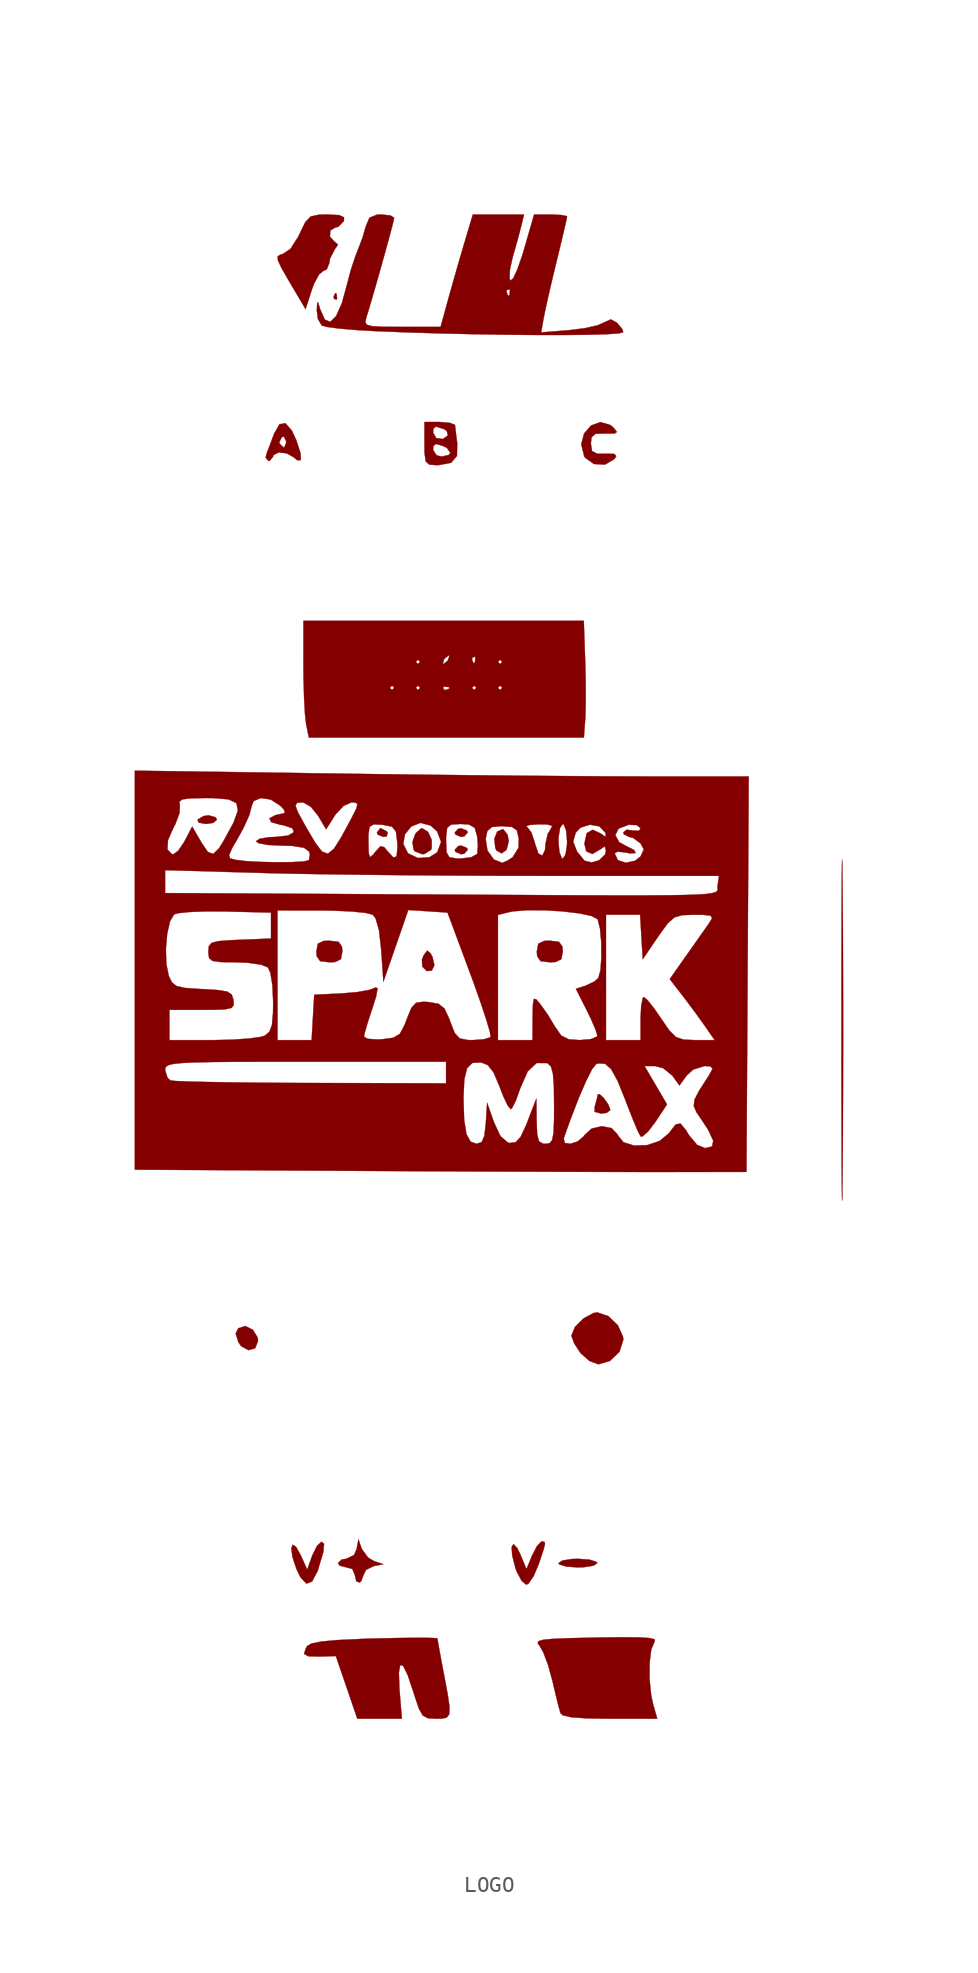
<source format=kicad_sym>
(kicad_symbol_lib
  (version 20210619)
  (generator bitmap2component)
  (symbol "LOGO"
    (pin_names
      (offset 1.016))
    (property "Reference" "#G"
      (at 0 46.382 0)
      (effects (font (size 1.27 1.27)) hide))
    (symbol "LOGO_0_0"
      (polyline (pts (xy -4.26 -45.22) (xy -4.268 -45.119) (xy -4.301 -44.127) (xy -4.22 -43.66) (xy -4.033 -43.714) (xy -3.751 -44.289) (xy -3.382 -45.383) (xy -3.323 -45.576) (xy -3.052 -46.386) (xy -2.807 -46.816) (xy -2.485 -46.987) (xy -1.984 -47.017) (xy -1.647 -47.014) (xy -1.316 -46.951) (xy -1.151 -46.735) (xy -1.136 -46.271) (xy -1.253 -45.466) (xy -1.486 -44.224) (xy -1.54 -43.944) (xy -1.719 -42.989) (xy -1.844 -42.296) (xy -1.891 -41.999) (xy -1.944 -41.983) (xy -2.41 -41.961) (xy -3.278 -41.957) (xy -4.456 -41.971) (xy -5.848 -42.002) (xy -6.654 -42.028) (xy -8.132 -42.098) (xy -9.15 -42.191) (xy -9.765 -42.313) (xy -10.033 -42.47) (xy -10.113 -42.602) (xy -10.23 -42.96) (xy -9.97 -43.113) (xy -9.255 -43.13) (xy -8.242 -43.099) (xy -7.57 -45.058) (xy -6.898 -47.017) (xy -4.115 -47.017) (xy -4.26 -45.22)) (stroke (width 0.01)) (fill (type outline)))
      (polyline (pts (xy 11.6 -46.141) (xy 11.475 -45.57) (xy 11.37 -44.552) (xy 11.371 -43.532) (xy 11.476 -42.689) (xy 11.681 -42.2) (xy 11.699 -42.18) (xy 11.691 -42.055) (xy 11.381 -41.974) (xy 10.712 -41.931) (xy 9.622 -41.922) (xy 8.052 -41.943) (xy 7.81 -41.948) (xy 6.347 -41.981) (xy 5.344 -42.022) (xy 4.729 -42.08) (xy 4.43 -42.166) (xy 4.376 -42.291) (xy 4.496 -42.464) (xy 4.727 -42.865) (xy 5.026 -43.66) (xy 5.292 -44.626) (xy 5.492 -45.476) (xy 5.686 -46.253) (xy 5.806 -46.679) (xy 5.952 -46.806) (xy 6.483 -46.927) (xy 7.444 -46.995) (xy 8.89 -47.017) (xy 11.852 -47.017) (xy 11.6 -46.141)) (stroke (width 0.01)) (fill (type outline)))
      (polyline (pts (xy -9.729 -38.441) (xy -9.381 -37.788) (xy -9.025 -36.602) (xy -8.976 -36.079) (xy -9.139 -35.954) (xy -9.419 -36.21) (xy -9.717 -36.816) (xy -10.03 -37.695) (xy -10.46 -36.749) (xy -10.735 -36.261) (xy -10.945 -36.135) (xy -11.024 -36.383) (xy -10.95 -36.922) (xy -10.702 -37.668) (xy -10.448 -38.187) (xy -10.08 -38.572) (xy -9.729 -38.441)) (stroke (width 0.01)) (fill (type outline)))
      (polyline (pts (xy -6.658 -38.42) (xy -6.485 -37.968) (xy -6.352 -37.711) (xy -5.877 -37.477) (xy -5.269 -37.358) (xy -5.852 -37.163) (xy -6.227 -36.941) (xy -6.63 -36.386) (xy -6.824 -35.803) (xy -6.944 -36.411) (xy -7.103 -36.783) (xy -7.585 -37.019) (xy -7.881 -37.067) (xy -8.106 -37.289) (xy -8.005 -37.446) (xy -7.566 -37.559) (xy -7.208 -37.654) (xy -7.026 -38.116) (xy -6.968 -38.423) (xy -6.755 -38.505) (xy -6.658 -38.42)) (stroke (width 0.01)) (fill (type outline)))
      (polyline (pts (xy 3.808 -38.563) (xy 4.122 -38.106) (xy 4.433 -37.376) (xy 4.508 -37.156) (xy 4.748 -36.436) (xy 4.836 -36.077) (xy 4.79 -35.952) (xy 4.626 -35.938) (xy 4.6 -35.943) (xy 4.333 -36.222) (xy 4.032 -36.801) (xy 3.675 -37.663) (xy 3.287 -36.733) (xy 3.089 -36.33) (xy 2.861 -36.101) (xy 2.75 -36.284) (xy 2.782 -36.806) (xy 2.983 -37.591) (xy 3.069 -37.827) (xy 3.378 -38.408) (xy 3.666 -38.64) (xy 3.808 -38.563)) (stroke (width 0.01)) (fill (type outline)))
      (polyline (pts (xy 7.254 -37.547) (xy 7.865 -37.45) (xy 8.106 -37.289) (xy 8.051 -37.209) (xy 7.616 -37.073) (xy 6.89 -37.019) (xy 6.527 -37.032) (xy 5.916 -37.128) (xy 5.675 -37.289) (xy 5.73 -37.37) (xy 6.165 -37.506) (xy 6.89 -37.559) (xy 7.254 -37.547)) (stroke (width 0.01)) (fill (type outline)))
      (polyline (pts (xy 8.892 -24.651) (xy 9.488 -24.082) (xy 9.728 -23.331) (xy 9.712 -23.15) (xy 9.393 -22.427) (xy 8.797 -21.852) (xy 8.106 -21.617) (xy 7.856 -21.658) (xy 7.232 -21.997) (xy 6.706 -22.528) (xy 6.485 -23.067) (xy 6.486 -23.083) (xy 6.657 -23.551) (xy 7.045 -24.148) (xy 7.064 -24.171) (xy 7.62 -24.658) (xy 8.172 -24.86) (xy 8.892 -24.651)) (stroke (width 0.01)) (fill (type outline)))
      (polyline (pts (xy -13.287 -23.861) (xy -13.105 -23.399) (xy -13.134 -23.181) (xy -13.431 -22.701) (xy -13.897 -22.468) (xy -14.339 -22.607) (xy -14.503 -22.936) (xy -14.328 -23.496) (xy -14.159 -23.731) (xy -13.702 -23.977) (xy -13.287 -23.861)) (stroke (width 0.01)) (fill (type outline)))
      (polyline (pts (xy 23.417 -14.482) (xy 23.428 -13.827) (xy 23.441 -12.652) (xy 23.456 -10.442) (xy 23.468 -7.471) (xy 23.472 -4.295) (xy 23.469 -1.096) (xy 23.459 1.944) (xy 23.441 4.642) (xy 23.431 5.649) (xy 23.419 6.432) (xy 23.408 6.709) (xy 23.398 6.499) (xy 23.389 5.821) (xy 23.381 4.695) (xy 23.374 3.138) (xy 23.37 1.171) (xy 23.367 -1.187) (xy 23.366 -3.918) (xy 23.366 -6.117) (xy 23.369 -8.562) (xy 23.373 -10.623) (xy 23.379 -12.281) (xy 23.387 -13.514) (xy 23.396 -14.306) (xy 23.406 -14.635) (xy 23.417 -14.482)) (stroke (width 0.01)) (fill (type outline)))
      (polyline (pts (xy 17.429 -12.835) (xy 17.499 -0.473) (xy 17.569 11.889) (xy 10.991 11.889) (xy 10.261 11.89) (xy 8.335 11.898) (xy 6.01 11.914) (xy 3.384 11.935) (xy 0.554 11.963) (xy -2.385 11.994) (xy -5.334 12.03) (xy -8.197 12.069) (xy -20.806 12.248) (xy -20.806 7.317) (xy -18.772 7.317) (xy -18.735 7.909) (xy -18.383 8.707) (xy -18.276 8.902) (xy -18.014 9.597) (xy -17.993 10.097) (xy -18.026 10.304) (xy -17.844 10.452) (xy -17.325 10.521) (xy -16.368 10.538) (xy -15.875 10.534) (xy -14.95 10.455) (xy -14.456 10.223) (xy -14.361 9.766) (xy -14.634 9.009) (xy -15.246 7.881) (xy -15.544 7.399) (xy -15.908 7.042) (xy -16.241 7.168) (xy -16.65 7.769) (xy -17.223 8.757) (xy -17.671 7.891) (xy -17.732 7.777) (xy -18.098 7.243) (xy -18.39 7.026) (xy -18.492 7.035) (xy -18.772 7.317) (xy -20.806 7.317) (xy -20.806 6.965) (xy -14.919 6.965) (xy -14.741 7.378) (xy -14.305 8.135) (xy -13.985 8.722) (xy -13.643 9.493) (xy -13.511 10.01) (xy -13.378 10.353) (xy -12.925 10.539) (xy -12.316 10.445) (xy -11.747 10.081) (xy -10.766 10.081) (xy -10.658 10.238) (xy -10.326 10.268) (xy -10.267 10.262) (xy -9.802 9.987) (xy -9.347 9.426) (xy -8.849 8.584) (xy -8.316 9.426) (xy -8.25 9.526) (xy -7.746 10.054) (xy -7.264 10.268) (xy -7.074 10.264) (xy -6.89 10.182) (xy -6.957 9.89) (xy -7.277 9.255) (xy -7.889 8.111) (xy -8.095 7.786) (xy -6.206 7.786) (xy -6.206 8.251) (xy -6.136 8.733) (xy -5.884 8.892) (xy -5.337 8.867) (xy -5.289 8.862) (xy -4.731 8.747) (xy -4.485 8.441) (xy -4.402 7.769) (xy -4.398 7.668) (xy -4.026 7.668) (xy -3.92 8.276) (xy -3.523 8.762) (xy -2.948 8.987) (xy -2.309 8.814) (xy -1.909 8.45) (xy -1.677 7.836) (xy -1.351 7.836) (xy -1.349 8.138) (xy -1.282 8.675) (xy -1.022 8.882) (xy -0.436 8.917) (xy 0.077 8.886) (xy 0.44 8.678) (xy 0.592 8.15) (xy 0.605 7.985) (xy 1.125 7.985) (xy 1.227 8.476) (xy 1.516 8.729) (xy 2.162 8.782) (xy 2.251 8.776) (xy 3.658 8.776) (xy 3.86 8.854) (xy 4.445 8.896) (xy 4.972 8.889) (xy 5.285 8.801) (xy 5.188 8.593) (xy 5.001 8.294) (xy 4.901 7.836) (xy 5.675 7.836) (xy 5.681 8.079) (xy 5.776 8.677) (xy 5.945 8.917) (xy 6.005 8.889) (xy 6.155 8.513) (xy 6.215 7.836) (xy 6.214 7.817) (xy 6.594 7.817) (xy 6.754 8.375) (xy 7.052 8.688) (xy 7.644 8.872) (xy 8.237 8.768) (xy 8.602 8.377) (xy 8.632 8.279) (xy 8.615 8.112) (xy 8.297 8.332) (xy 7.816 8.557) (xy 7.438 8.341) (xy 7.296 7.685) (xy 7.417 7.202) (xy 7.798 7.04) (xy 8.323 7.35) (xy 8.572 7.519) (xy 8.647 7.244) (xy 8.607 7.076) (xy 9.187 7.076) (xy 9.364 7.186) (xy 9.863 7.136) (xy 10.147 7.078) (xy 10.502 7.103) (xy 10.4 7.294) (xy 9.843 7.574) (xy 9.47 7.783) (xy 9.228 8.219) (xy 9.436 8.632) (xy 10.068 8.867) (xy 10.577 8.846) (xy 10.809 8.647) (xy 10.71 8.49) (xy 10.268 8.512) (xy 9.938 8.56) (xy 9.728 8.395) (xy 9.762 8.274) (xy 10.1 8.106) (xy 10.348 8.044) (xy 10.809 7.701) (xy 11.009 7.323) (xy 10.809 6.891) (xy 10.462 6.617) (xy 9.887 6.491) (xy 9.396 6.651) (xy 9.187 7.076) (xy 8.607 7.076) (xy 8.593 7.014) (xy 8.219 6.649) (xy 7.752 6.512) (xy 7.307 6.62) (xy 6.878 7.143) (xy 6.818 7.236) (xy 6.594 7.817) (xy 6.214 7.817) (xy 6.208 7.594) (xy 6.114 6.995) (xy 5.945 6.755) (xy 5.884 6.783) (xy 5.734 7.159) (xy 5.675 7.836) (xy 4.901 7.836) (xy 4.864 7.663) (xy 4.837 7.295) (xy 4.664 6.941) (xy 4.42 7.071) (xy 4.209 7.684) (xy 4.192 7.77) (xy 3.975 8.407) (xy 3.707 8.741) (xy 3.658 8.776) (xy 2.251 8.776) (xy 2.749 8.744) (xy 3.073 8.524) (xy 3.198 7.985) (xy 3.182 7.431) (xy 2.809 6.836) (xy 2.49 6.627) (xy 2.162 6.485) (xy 1.635 6.699) (xy 1.234 7.265) (xy 1.125 7.985) (xy 0.605 7.985) (xy 0.64 7.552) (xy 0.6 7.069) (xy 0.586 7.039) (xy 0.222 6.838) (xy -0.428 6.755) (xy -0.69 6.758) (xy -1.146 6.837) (xy -1.322 7.144) (xy -1.351 7.836) (xy -1.677 7.836) (xy -1.661 7.795) (xy -1.902 7.148) (xy -2.389 6.838) (xy -3.112 6.788) (xy -3.729 7.08) (xy -4.026 7.668) (xy -4.398 7.668) (xy -4.39 7.452) (xy -4.442 6.888) (xy -4.643 6.821) (xy -5.02 7.228) (xy -5.213 7.467) (xy -5.453 7.527) (xy -5.784 7.161) (xy -5.918 6.991) (xy -6.108 6.844) (xy -6.187 7.083) (xy -6.206 7.786) (xy -8.095 7.786) (xy -8.365 7.361) (xy -8.743 7.06) (xy -9.104 7.192) (xy -9.526 7.742) (xy -10.086 8.695) (xy -10.244 8.972) (xy -10.633 9.693) (xy -10.766 10.081) (xy -11.747 10.081) (xy -11.723 10.066) (xy -11.477 9.807) (xy -11.433 9.602) (xy -11.839 9.506) (xy -12.018 9.472) (xy -12.394 9.27) (xy -12.283 9.033) (xy -11.707 8.867) (xy -11.516 8.84) (xy -10.952 8.646) (xy -10.867 8.402) (xy -11.228 8.194) (xy -12.002 8.106) (xy -12.386 8.093) (xy -12.999 7.996) (xy -13.24 7.836) (xy -13.076 7.716) (xy -12.5 7.608) (xy -11.648 7.566) (xy -10.969 7.548) (xy -10.223 7.428) (xy -9.91 7.187) (xy -9.863 7.007) (xy -9.926 6.647) (xy -9.931 6.643) (xy -10.281 6.572) (xy -11.006 6.533) (xy -11.949 6.525) (xy -12.952 6.546) (xy -13.857 6.596) (xy -14.507 6.674) (xy -14.568 6.686) (xy -14.856 6.774) (xy -14.919 6.965) (xy -20.806 6.965) (xy -20.806 6.031) (xy -18.915 6.031) (xy -12.791 5.853) (xy -12.781 5.852) (xy -11.083 5.812) (xy -8.951 5.774) (xy -6.49 5.741) (xy -3.807 5.714) (xy -1.007 5.693) (xy 1.804 5.679) (xy 4.521 5.675) (xy 15.71 5.675) (xy 15.624 5.066) (xy 15.62 5.028) (xy 15.624 4.91) (xy 15.626 4.808) (xy 15.59 4.721) (xy 15.48 4.649) (xy 15.261 4.589) (xy 14.895 4.542) (xy 14.349 4.505) (xy 13.585 4.479) (xy 12.567 4.462) (xy 11.261 4.454) (xy 9.629 4.452) (xy 7.637 4.457) (xy 5.247 4.468) (xy 2.425 4.483) (xy -0.866 4.501) (xy -4.661 4.522) (xy -18.915 4.598) (xy -18.915 6.031) (xy -20.806 6.031) (xy -20.806 3.513) (xy -11.889 3.513) (xy -9.12 3.509) (xy -8.312 3.497) (xy -7.209 3.443) (xy -6.375 3.357) (xy -5.945 3.249) (xy -5.758 3.019) (xy -5.543 2.274) (xy -5.404 1.024) (xy -5.269 -0.946) (xy -4.491 1.297) (xy -3.713 3.54) (xy -2.486 3.459) (xy -1.259 3.378) (xy -1.205 3.232) (xy 1.891 3.232) (xy 2.562 3.401) (xy 2.851 3.456) (xy 3.744 3.526) (xy 4.825 3.521) (xy 5.948 3.451) (xy 6.967 3.329) (xy 7.376 3.243) (xy 8.647 3.243) (xy 10.78 3.243) (xy 10.862 1.851) (xy 10.944 0.459) (xy 11.889 1.85) (xy 12.005 2.02) (xy 12.511 2.712) (xy 12.923 3.076) (xy 13.413 3.218) (xy 14.152 3.242) (xy 14.711 3.237) (xy 15.184 3.185) (xy 15.28 3.031) (xy 15.097 2.719) (xy 14.798 2.296) (xy 14.278 1.558) (xy 13.679 0.708) (xy 12.631 -0.781) (xy 13.427 -1.809) (xy 13.61 -2.047) (xy 14.268 -2.929) (xy 14.831 -3.715) (xy 15.439 -4.594) (xy 14.202 -4.594) (xy 13.495 -4.564) (xy 13.023 -4.403) (xy 12.613 -4.001) (xy 12.094 -3.247) (xy 11.683 -2.65) (xy 11.256 -2.107) (xy 11.011 -1.896) (xy 10.938 -1.986) (xy 10.845 -2.473) (xy 10.809 -3.243) (xy 10.809 -4.594) (xy 8.647 -4.594) (xy 8.647 3.243) (xy 7.376 3.243) (xy 7.737 3.166) (xy 8.112 2.972) (xy 8.131 2.938) (xy 8.271 2.384) (xy 8.349 1.535) (xy 8.36 0.599) (xy 8.301 -0.218) (xy 8.17 -0.707) (xy 7.929 -0.926) (xy 7.367 -1.196) (xy 6.763 -1.385) (xy 7.435 -2.71) (xy 7.697 -3.251) (xy 7.992 -3.933) (xy 8.106 -4.314) (xy 8.076 -4.379) (xy 7.694 -4.532) (xy 7.013 -4.594) (xy 6.33 -4.548) (xy 5.846 -4.31) (xy 5.459 -3.753) (xy 4.999 -2.992) (xy 4.535 -2.335) (xy 4.287 -2.047) (xy 4.137 -2.015) (xy 4.077 -2.365) (xy 4.062 -3.175) (xy 4.053 -4.594) (xy 1.891 -4.594) (xy 1.891 3.232) (xy -1.205 3.232) (xy 0.148 -0.405) (xy 0.386 -1.053) (xy 0.833 -2.317) (xy 1.177 -3.357) (xy 1.388 -4.079) (xy 1.437 -4.391) (xy 1.406 -4.423) (xy 0.998 -4.544) (xy 0.314 -4.594) (xy 0.017 -4.589) (xy -0.494 -4.492) (xy -0.805 -4.158) (xy -1.089 -3.445) (xy -1.156 -3.256) (xy -1.449 -2.621) (xy -1.82 -2.326) (xy -2.439 -2.216) (xy -2.765 -2.195) (xy -3.228 -2.262) (xy -3.522 -2.586) (xy -3.814 -3.297) (xy -3.949 -3.656) (xy -4.242 -4.204) (xy -4.65 -4.448) (xy -5.36 -4.542) (xy -5.646 -4.555) (xy -6.246 -4.513) (xy -6.485 -4.381) (xy -6.428 -4.107) (xy -6.234 -3.445) (xy -5.949 -2.58) (xy -5.723 -1.863) (xy -5.63 -1.352) (xy -5.757 -1.307) (xy -6.123 -1.451) (xy -6.887 -1.59) (xy -7.846 -1.674) (xy -9.592 -1.756) (xy -9.756 -4.594) (xy -11.889 -4.594) (xy -11.889 3.513) (xy -20.806 3.513) (xy -20.806 1.112) (xy -18.866 1.112) (xy -18.783 2.063) (xy -18.606 2.843) (xy -18.35 3.268) (xy -18.102 3.339) (xy -17.381 3.414) (xy -16.347 3.452) (xy -15.132 3.446) (xy -12.295 3.378) (xy -12.295 1.756) (xy -14.254 1.677) (xy -14.788 1.654) (xy -15.584 1.594) (xy -16.011 1.483) (xy -16.181 1.278) (xy -16.213 0.934) (xy -16.212 0.866) (xy -16.164 0.533) (xy -15.947 0.355) (xy -15.437 0.283) (xy -14.51 0.27) (xy -13.731 0.239) (xy -12.923 0.123) (xy -12.484 -0.054) (xy -12.335 -0.386) (xy -12.207 -1.162) (xy -12.16 -2.206) (xy -12.169 -2.906) (xy -12.236 -3.649) (xy -12.396 -4.074) (xy -12.682 -4.314) (xy -12.922 -4.389) (xy -13.664 -4.494) (xy -14.713 -4.567) (xy -15.925 -4.594) (xy -18.645 -4.594) (xy -18.645 -2.702) (xy -16.599 -2.702) (xy -15.938 -2.7) (xy -15.167 -2.672) (xy -14.766 -2.584) (xy -14.627 -2.402) (xy -14.64 -2.094) (xy -14.645 -2.064) (xy -14.748 -1.75) (xy -15.019 -1.565) (xy -15.582 -1.465) (xy -16.562 -1.406) (xy -16.771 -1.397) (xy -17.673 -1.333) (xy -18.199 -1.214) (xy -18.488 -0.986) (xy -18.68 -0.595) (xy -18.686 -0.578) (xy -18.839 0.171) (xy -18.866 1.112) (xy -20.806 1.112) (xy -20.806 -6.463) (xy -18.915 -6.463) (xy -18.911 -6.385) (xy -18.859 -6.258) (xy -18.704 -6.158) (xy -18.391 -6.082) (xy -17.865 -6.027) (xy -17.072 -5.989) (xy -15.957 -5.965) (xy -14.465 -5.951) (xy -12.542 -5.946) (xy -10.133 -5.945) (xy -1.351 -5.945) (xy -1.351 -7.296) (xy -9.795 -7.274) (xy -10.788 -7.271) (xy -12.812 -7.258) (xy -14.636 -7.238) (xy -16.194 -7.213) (xy -17.415 -7.184) (xy -18.232 -7.151) (xy -18.577 -7.117) (xy -18.76 -6.959) (xy -18.915 -6.463) (xy -20.806 -6.463) (xy -20.806 -8.242) (xy -0.262 -8.242) (xy -0.262 -8.206) (xy -0.211 -7.049) (xy -0.035 -6.346) (xy 0.302 -6.019) (xy 0.839 -5.989) (xy 1.26 -6.156) (xy 1.622 -6.621) (xy 1.991 -7.498) (xy 2.218 -8.085) (xy 2.502 -8.685) (xy 2.688 -8.917) (xy 2.776 -8.842) (xy 3.007 -8.388) (xy 3.268 -7.66) (xy 3.283 -7.613) (xy 3.749 -6.556) (xy 4.31 -6.027) (xy 4.962 -6.028) (xy 5.001 -6.045) (xy 5.204 -6.245) (xy 5.327 -6.675) (xy 5.388 -7.438) (xy 5.404 -8.638) (xy 5.399 -9.609) (xy 5.365 -10.406) (xy 5.3 -10.741) (xy 6.003 -10.741) (xy 6.422 -9.565) (xy 6.94 -8.225) (xy 7.406 -7.142) (xy 7.782 -6.404) (xy 8.031 -6.094) (xy 8.168 -6.05) (xy 8.586 -6.07) (xy 8.967 -6.409) (xy 9.369 -7.134) (xy 9.847 -8.315) (xy 9.961 -8.618) (xy 10.334 -9.567) (xy 10.635 -10.278) (xy 10.809 -10.617) (xy 10.924 -10.619) (xy 11.274 -10.316) (xy 11.727 -9.721) (xy 12.461 -8.612) (xy 11.758 -7.413) (xy 11.056 -6.215) (xy 11.71 -6.215) (xy 12.23 -6.353) (xy 12.802 -6.823) (xy 13.24 -7.431) (xy 13.679 -6.823) (xy 14.093 -6.441) (xy 14.791 -6.215) (xy 15.168 -6.231) (xy 15.311 -6.383) (xy 15.069 -6.823) (xy 15.024 -6.892) (xy 14.473 -7.749) (xy 14.184 -8.305) (xy 14.135 -8.709) (xy 14.305 -9.108) (xy 14.675 -9.653) (xy 15.038 -10.209) (xy 15.349 -10.875) (xy 15.285 -11.239) (xy 14.849 -11.349) (xy 14.344 -11.143) (xy 13.836 -10.54) (xy 13.649 -10.223) (xy 13.305 -9.81) (xy 13.001 -9.866) (xy 12.61 -10.372) (xy 12.579 -10.417) (xy 11.998 -10.899) (xy 11.218 -11.159) (xy 10.408 -11.188) (xy 9.738 -10.979) (xy 9.375 -10.524) (xy 9.363 -10.483) (xy 8.995 -10.096) (xy 8.387 -9.977) (xy 7.75 -10.125) (xy 7.296 -10.538) (xy 7.255 -10.605) (xy 6.88 -10.927) (xy 6.423 -11.077) (xy 6.069 -11.024) (xy 6.003 -10.741) (xy 5.3 -10.741) (xy 5.28 -10.848) (xy 5.12 -11.038) (xy 4.864 -11.079) (xy 4.709 -11.069) (xy 4.46 -10.922) (xy 4.344 -10.496) (xy 4.309 -9.66) (xy 4.295 -8.242) (xy 3.744 -9.676) (xy 3.651 -9.915) (xy 3.309 -10.644) (xy 2.998 -10.98) (xy 2.631 -11.027) (xy 2.505 -10.995) (xy 2.049 -10.6) (xy 1.643 -9.728) (xy 1.216 -8.512) (xy 1.134 -9.795) (xy 1.047 -10.568) (xy 0.873 -10.972) (xy 0.557 -11.079) (xy 0.182 -10.943) (xy -0.078 -10.469) (xy -0.22 -9.59) (xy -0.262 -8.242) (xy -20.806 -8.242) (xy -20.806 -12.695) (xy -6.823 -12.77) (xy -6.793 -12.771) (xy -3.883 -12.786) (xy -0.966 -12.799) (xy 1.879 -12.812) (xy 4.574 -12.822) (xy 7.042 -12.83) (xy 9.203 -12.836) (xy 10.98 -12.84) (xy 12.295 -12.84) (xy 17.429 -12.835)) (stroke (width 0.01)) (fill (type outline)))
      (polyline (pts (xy 7.348 15.47) (xy 7.361 15.7) (xy 7.38 16.642) (xy 7.375 17.849) (xy 7.345 19.118) (xy 7.259 21.617) (xy -10.268 21.617) (xy -10.268 19.05) (xy -3.243 19.05) (xy -3.107 19.185) (xy -2.972 19.05) (xy -3.09 18.933) (xy -1.555 18.933) (xy -1.486 19.185) (xy -1.431 19.265) (xy -1.184 19.455) (xy -1.147 19.438) (xy -1.216 19.185) (xy 0.27 19.185) (xy 0.29 19.328) (xy 0.45 19.365) (xy 0.483 19.326) (xy 0.455 19.05) (xy 1.891 19.05) (xy 2.027 19.185) (xy 2.162 19.05) (xy 2.027 18.915) (xy 1.891 19.05) (xy 0.455 19.05) (xy 0.45 19.005) (xy 0.369 18.963) (xy 0.27 19.185) (xy -1.216 19.185) (xy -1.272 19.105) (xy -1.518 18.915) (xy -1.555 18.933) (xy -3.09 18.933) (xy -3.107 18.915) (xy -3.243 19.05) (xy -10.268 19.05) (xy -10.268 18.814) (xy -10.262 18.024) (xy -10.245 17.429) (xy -4.864 17.429) (xy -4.729 17.564) (xy -4.594 17.429) (xy -3.243 17.429) (xy -3.107 17.564) (xy -3.017 17.474) (xy -1.531 17.474) (xy -1.492 17.506) (xy -1.171 17.474) (xy -1.147 17.429) (xy 0.27 17.429) (xy 0.405 17.564) (xy 0.54 17.429) (xy 1.891 17.429) (xy 2.027 17.564) (xy 2.162 17.429) (xy 2.027 17.294) (xy 1.891 17.429) (xy 0.54 17.429) (xy 0.405 17.294) (xy 0.27 17.429) (xy -1.147 17.429) (xy -1.129 17.392) (xy -1.351 17.294) (xy -1.494 17.313) (xy -1.531 17.474) (xy -3.017 17.474) (xy -2.972 17.429) (xy -3.107 17.294) (xy -3.243 17.429) (xy -4.594 17.429) (xy -4.729 17.294) (xy -4.864 17.429) (xy -10.245 17.429) (xy -10.228 16.801) (xy -10.171 15.794) (xy -10.099 15.166) (xy -9.93 14.321) (xy 7.265 14.321) (xy 7.348 15.47)) (stroke (width 0.01)) (fill (type outline)))
      (polyline (pts (xy -1.81 31.352) (xy -1.031 31.499) (xy -0.671 31.926) (xy -0.654 32.714) (xy -0.664 32.793) (xy -0.748 33.46) (xy -0.792 33.844) (xy -0.802 33.87) (xy -1.125 33.996) (xy -1.756 34.047) (xy -2.702 34.047) (xy -2.702 33.371) (xy -2.162 33.371) (xy -2.148 33.617) (xy -1.989 33.758) (xy -1.51 33.613) (xy -1.309 33.491) (xy -1.233 33.208) (xy -1.552 32.983) (xy -1.963 33.039) (xy -2.162 33.371) (xy -2.702 33.371) (xy -2.702 32.696) (xy -2.697 32.291) (xy -2.162 32.291) (xy -2.148 32.538) (xy -1.988 32.678) (xy -1.508 32.532) (xy -1.297 32.419) (xy -1.081 32.126) (xy -1.182 31.986) (xy -1.621 31.885) (xy -1.936 31.96) (xy -2.162 32.291) (xy -2.697 32.291) (xy -2.694 32.081) (xy -2.619 31.58) (xy -2.399 31.382) (xy -1.959 31.349) (xy -1.81 31.352)) (stroke (width 0.01)) (fill (type outline)))
      (polyline (pts (xy 9.165 31.724) (xy 9.288 31.913) (xy 9.163 32.052) (xy 8.59 32.061) (xy 8.092 32.065) (xy 7.772 32.234) (xy 7.701 32.696) (xy 7.741 33.088) (xy 7.991 33.307) (xy 8.613 33.328) (xy 9.174 33.322) (xy 9.331 33.425) (xy 9.109 33.701) (xy 8.916 33.861) (xy 8.296 34.039) (xy 7.714 33.828) (xy 7.279 33.332) (xy 7.099 32.657) (xy 7.282 31.91) (xy 7.34 31.816) (xy 7.89 31.421) (xy 8.581 31.382) (xy 9.165 31.724)) (stroke (width 0.01)) (fill (type outline)))
      (polyline (pts (xy -12.369 31.627) (xy -12.16 31.885) (xy -12.136 31.982) (xy -11.821 32.141) (xy -11.32 32.089) (xy -10.867 31.836) (xy -10.656 31.658) (xy -10.431 31.664) (xy -10.45 32.097) (xy -10.717 32.918) (xy -10.989 33.504) (xy -11.392 33.97) (xy -11.768 33.904) (xy -12.105 33.304) (xy -12.302 32.775) (xy -11.779 32.775) (xy -11.623 33.098) (xy -11.482 33.125) (xy -11.349 32.847) (xy -11.354 32.71) (xy -11.482 32.438) (xy -11.743 32.677) (xy -11.779 32.775) (xy -12.302 32.775) (xy -12.33 32.698) (xy -12.566 32.088) (xy -12.629 31.812) (xy -12.459 31.615) (xy -12.369 31.627)) (stroke (width 0.01)) (fill (type outline)))
      (polyline (pts (xy 7.602 39.501) (xy 8.738 39.536) (xy 9.469 39.589) (xy 9.728 39.66) (xy 9.663 39.857) (xy 9.322 40.262) (xy 8.947 40.461) (xy 8.514 40.264) (xy 8.118 40.09) (xy 7.327 39.911) (xy 6.352 39.788) (xy 4.592 39.647) (xy 4.755 40.562) (xy 4.815 40.869) (xy 5.006 41.745) (xy 5.269 42.885) (xy 5.567 44.123) (xy 5.754 44.894) (xy 5.992 45.889) (xy 6.154 46.594) (xy 6.215 46.893) (xy 6.196 46.916) (xy 5.843 46.988) (xy 5.184 47.017) (xy 4.154 47.017) (xy 3.525 44.84) (xy 3.404 44.439) (xy 3.1 43.574) (xy 2.841 43.021) (xy 2.672 42.886) (xy 2.62 43.013) (xy 2.637 43.558) (xy 2.805 44.321) (xy 2.892 44.619) (xy 3.152 45.544) (xy 3.343 46.274) (xy 3.523 47.017) (xy 0.323 47.017) (xy -0.221 45.193) (xy -0.493 44.268) (xy -0.889 42.893) (xy -1.096 42.153) (xy 2.432 42.153) (xy 2.451 42.296) (xy 2.612 42.333) (xy 2.644 42.294) (xy 2.612 41.973) (xy 2.531 41.931) (xy 2.432 42.153) (xy -1.096 42.153) (xy -1.229 41.68) (xy -1.692 39.992) (xy -4.117 39.992) (xy -5.258 39.998) (xy -5.954 40.034) (xy -6.303 40.123) (xy -6.399 40.291) (xy -6.341 40.562) (xy -6.297 40.701) (xy -6.054 41.508) (xy -5.753 42.545) (xy -5.429 43.687) (xy -5.116 44.81) (xy -4.849 45.789) (xy -4.663 46.498) (xy -4.594 46.814) (xy -4.594 46.815) (xy -4.832 46.958) (xy -5.399 47.017) (xy -5.666 47.007) (xy -6.142 46.818) (xy -6.37 46.274) (xy -6.582 45.544) (xy -6.902 44.708) (xy -7.007 44.45) (xy -7.305 43.553) (xy -7.561 42.58) (xy -7.863 41.479) (xy -8.227 40.663) (xy -8.592 40.31) (xy -8.932 40.446) (xy -9.22 41.092) (xy -9.34 41.498) (xy -9.403 41.52) (xy -9.431 41.021) (xy -9.363 40.485) (xy -9.12 40.075) (xy -8.791 39.988) (xy -8.019 39.886) (xy -6.94 39.793) (xy -5.675 39.721) (xy -3.909 39.652) (xy -1.77 39.585) (xy 0.371 39.535) (xy 2.447 39.501) (xy 4.389 39.484) (xy 6.13 39.484) (xy 7.602 39.501)) (stroke (width 0.01)) (fill (type outline)))
      (polyline (pts (xy -9.748 42.302) (xy -9.611 42.675) (xy -9.292 43.27) (xy -9.005 43.504) (xy -8.811 43.583) (xy -8.647 43.991) (xy -8.607 44.263) (xy -8.309 44.835) (xy -8.107 45.136) (xy -8.309 45.317) (xy -8.335 45.327) (xy -8.613 45.638) (xy -8.587 46.02) (xy -8.27 46.206) (xy -8.079 46.253) (xy -7.738 46.612) (xy -7.73 46.844) (xy -8.036 46.98) (xy -8.778 47.017) (xy -9.297 47.007) (xy -9.813 46.893) (xy -10.151 46.542) (xy -10.501 45.823) (xy -10.584 45.643) (xy -11.078 44.869) (xy -11.57 44.54) (xy -11.68 44.519) (xy -11.875 44.41) (xy -11.865 44.153) (xy -11.623 43.642) (xy -11.123 42.775) (xy -10.133 41.1) (xy -9.748 42.302)) (stroke (width 0.01)) (fill (type outline)))
      (polyline (pts (xy -8.164 41.742) (xy -8.196 42.063) (xy -8.278 42.105) (xy -8.377 41.883) (xy -8.357 41.74) (xy -8.196 41.703) (xy -8.164 41.742)) (stroke (width 0.01)) (fill (type outline)))
      (polyline (pts (xy 8.689 -9.143) (xy 8.917 -8.969) (xy 8.916 -8.945) (xy 8.778 -8.595) (xy 8.507 -8.215) (xy 8.239 -7.967) (xy 8.115 -8.017) (xy 8.095 -8.199) (xy 7.942 -8.76) (xy 7.936 -9.074) (xy 8.348 -9.187) (xy 8.689 -9.143)) (stroke (width 0.01)) (fill (type outline)))
      (polyline (pts (xy -2.241 -0.248) (xy -2.08 0.092) (xy -2.204 0.619) (xy -2.327 0.837) (xy -2.53 1.003) (xy -2.749 0.717) (xy -2.859 0.432) (xy -2.836 -0.002) (xy -2.56 -0.277) (xy -2.241 -0.248)) (stroke (width 0.01)) (fill (type outline)))
      (polyline (pts (xy -8.294 0.286) (xy -7.923 0.463) (xy -7.836 0.946) (xy -7.856 1.24) (xy -8.068 1.549) (xy -8.647 1.621) (xy -8.999 1.605) (xy -9.37 1.429) (xy -9.457 0.946) (xy -9.438 0.652) (xy -9.226 0.343) (xy -8.647 0.27) (xy -8.294 0.286)) (stroke (width 0.01)) (fill (type outline)))
      (polyline (pts (xy 5.487 0.286) (xy 5.857 0.463) (xy 5.945 0.946) (xy 5.925 1.24) (xy 5.713 1.549) (xy 5.134 1.621) (xy 4.782 1.605) (xy 4.411 1.429) (xy 4.323 0.946) (xy 4.343 0.652) (xy 4.555 0.343) (xy 5.134 0.27) (xy 5.487 0.286)) (stroke (width 0.01)) (fill (type outline)))
      (polyline (pts (xy 2.43 7.299) (xy 2.567 7.836) (xy 2.493 8.254) (xy 2.229 8.579) (xy 2.187 8.591) (xy 1.845 8.443) (xy 1.663 7.982) (xy 1.728 7.408) (xy 1.807 7.253) (xy 2.124 7.078) (xy 2.43 7.299)) (stroke (width 0.01)) (fill (type outline)))
      (polyline (pts (xy -15.904 8.986) (xy -15.672 9.187) (xy -15.767 9.341) (xy -16.197 9.457) (xy -16.507 9.414) (xy -16.888 9.187) (xy -16.823 9.003) (xy -16.364 8.917) (xy -15.904 8.986)) (stroke (width 0.01)) (fill (type outline)))
      (polyline (pts (xy -5.06 8.145) (xy -4.999 8.377) (xy -5.054 8.45) (xy -5.42 8.647) (xy -5.481 8.639) (xy -5.675 8.377) (xy -5.623 8.248) (xy -5.253 8.106) (xy -5.06 8.145)) (stroke (width 0.01)) (fill (type outline)))
      (polyline (pts (xy -2.689 7.045) (xy -2.295 7.298) (xy -2.251 7.393) (xy -2.247 7.915) (xy -2.477 8.42) (xy -2.837 8.647) (xy -2.925 8.633) (xy -3.265 8.321) (xy -3.451 7.789) (xy -3.379 7.298) (xy -3.292 7.199) (xy -2.837 7.026) (xy -2.689 7.045)) (stroke (width 0.01)) (fill (type outline)))
      (polyline (pts (xy -0.219 7.056) (xy 0 7.296) (xy -0.046 7.42) (xy -0.405 7.566) (xy -0.592 7.535) (xy -0.811 7.296) (xy -0.765 7.171) (xy -0.405 7.026) (xy -0.219 7.056)) (stroke (width 0.01)) (fill (type outline)))
      (polyline (pts (xy -0.219 8.137) (xy 0 8.377) (xy -0.046 8.501) (xy -0.405 8.647) (xy -0.592 8.616) (xy -0.811 8.377) (xy -0.765 8.252) (xy -0.405 8.106) (xy -0.219 8.137)) (stroke (width 0.01)) (fill (type outline))))))
</source>
